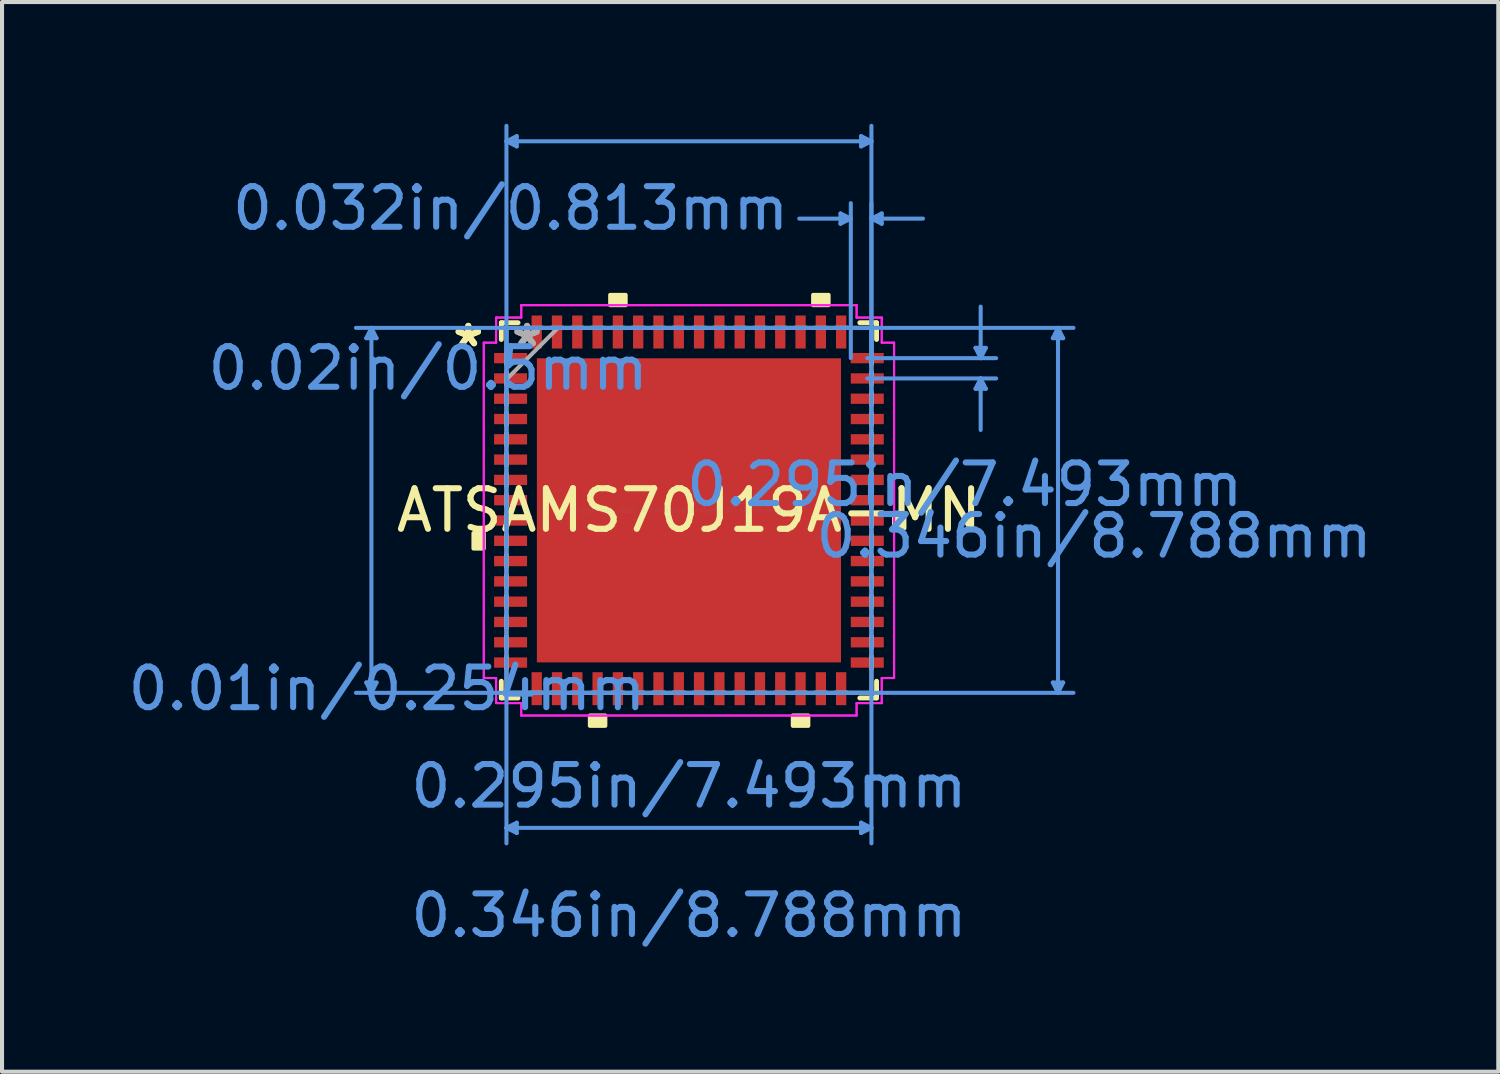
<source format=kicad_pcb>
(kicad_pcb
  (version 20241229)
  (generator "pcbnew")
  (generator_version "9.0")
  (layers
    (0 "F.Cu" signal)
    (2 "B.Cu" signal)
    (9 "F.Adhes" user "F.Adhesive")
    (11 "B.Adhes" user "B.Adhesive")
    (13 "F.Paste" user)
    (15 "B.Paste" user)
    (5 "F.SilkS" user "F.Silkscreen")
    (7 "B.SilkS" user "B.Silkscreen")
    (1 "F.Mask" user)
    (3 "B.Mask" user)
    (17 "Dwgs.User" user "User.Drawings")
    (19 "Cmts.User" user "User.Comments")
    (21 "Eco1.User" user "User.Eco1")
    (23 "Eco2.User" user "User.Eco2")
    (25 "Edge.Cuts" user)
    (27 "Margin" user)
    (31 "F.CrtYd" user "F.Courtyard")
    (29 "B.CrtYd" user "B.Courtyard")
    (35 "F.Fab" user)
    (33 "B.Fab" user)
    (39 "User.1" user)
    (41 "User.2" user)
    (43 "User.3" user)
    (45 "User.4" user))
  (footprint "ATSAMS70J19A-MN"
    (layer "F.Cu")
    (at 13.924 9.524)
    (property "Reference" "ATSAMS70J19A-MN" (at 0 0 0) (layer "F.SilkS") (effects (font (size 1 1) (thickness 0.15))))
    (attr through_hole)
    (fp_line (start -4.623 -4.623) (end -4.623 -4.21) (stroke (width 0.12) (type solid)) (layer "F.SilkS"))
    (fp_line (start -4.623 4.21) (end -4.623 4.623) (stroke (width 0.12) (type solid)) (layer "F.SilkS"))
    (fp_line (start -4.623 4.623) (end -4.21 4.623) (stroke (width 0.12) (type solid)) (layer "F.SilkS"))
    (fp_line (start -4.21 -4.623) (end -4.623 -4.623) (stroke (width 0.12) (type solid)) (layer "F.SilkS"))
    (fp_line (start 4.21 4.623) (end 4.623 4.623) (stroke (width 0.12) (type solid)) (layer "F.SilkS"))
    (fp_line (start 4.623 -4.623) (end 4.21 -4.623) (stroke (width 0.12) (type solid)) (layer "F.SilkS"))
    (fp_line (start 4.623 -4.21) (end 4.623 -4.623) (stroke (width 0.12) (type solid)) (layer "F.SilkS"))
    (fp_line (start 4.623 4.623) (end 4.623 4.21) (stroke (width 0.12) (type solid)) (layer "F.SilkS"))
    (fp_poly (pts (xy -5.309 0.56) (xy -5.309 0.941) (xy -5.055 0.941) (xy -5.055 0.56)) (stroke (width 0.1) (type solid)) (fill yes) (layer "F.SilkS"))
    (fp_poly (pts (xy -2.441 5.055) (xy -2.441 5.309) (xy -2.06 5.309) (xy -2.06 5.055)) (stroke (width 0.1) (type solid)) (fill yes) (layer "F.SilkS"))
    (fp_poly (pts (xy -1.94 -5.055) (xy -1.94 -5.309) (xy -1.559 -5.309) (xy -1.559 -5.055)) (stroke (width 0.1) (type solid)) (fill yes) (layer "F.SilkS"))
    (fp_poly (pts (xy 2.559 5.055) (xy 2.559 5.309) (xy 2.941 5.309) (xy 2.941 5.055)) (stroke (width 0.1) (type solid)) (fill yes) (layer "F.SilkS"))
    (fp_poly (pts (xy 3.06 -5.055) (xy 3.06 -5.309) (xy 3.441 -5.309) (xy 3.441 -5.055)) (stroke (width 0.1) (type solid)) (fill yes) (layer "F.SilkS"))
    (fp_poly (pts (xy 5.309 0.059) (xy 5.309 0.441) (xy 5.055 0.441) (xy 5.055 0.059)) (stroke (width 0.1) (type solid)) (fill yes) (layer "F.SilkS"))
    (fp_poly (pts (xy -3.647 -3.647) (xy -3.647 -2.348) (xy -2.348 -2.348) (xy -2.348 -3.647)) (stroke (width 0.1) (type solid)) (fill yes) (layer "F.Paste"))
    (fp_poly (pts (xy -3.647 -2.148) (xy -3.647 -0.849) (xy -2.348 -0.849) (xy -2.348 -2.148)) (stroke (width 0.1) (type solid)) (fill yes) (layer "F.Paste"))
    (fp_poly (pts (xy -3.647 -0.649) (xy -3.647 0.649) (xy -2.348 0.649) (xy -2.348 -0.649)) (stroke (width 0.1) (type solid)) (fill yes) (layer "F.Paste"))
    (fp_poly (pts (xy -3.647 0.849) (xy -3.647 2.148) (xy -2.348 2.148) (xy -2.348 0.849)) (stroke (width 0.1) (type solid)) (fill yes) (layer "F.Paste"))
    (fp_poly (pts (xy -3.647 2.348) (xy -3.647 3.647) (xy -2.348 3.647) (xy -2.348 2.348)) (stroke (width 0.1) (type solid)) (fill yes) (layer "F.Paste"))
    (fp_poly (pts (xy -2.148 -3.647) (xy -2.148 -2.348) (xy -0.849 -2.348) (xy -0.849 -3.647)) (stroke (width 0.1) (type solid)) (fill yes) (layer "F.Paste"))
    (fp_poly (pts (xy -2.148 -2.148) (xy -2.148 -0.849) (xy -0.849 -0.849) (xy -0.849 -2.148)) (stroke (width 0.1) (type solid)) (fill yes) (layer "F.Paste"))
    (fp_poly (pts (xy -2.148 -0.649) (xy -2.148 0.649) (xy -0.849 0.649) (xy -0.849 -0.649)) (stroke (width 0.1) (type solid)) (fill yes) (layer "F.Paste"))
    (fp_poly (pts (xy -2.148 0.849) (xy -2.148 2.148) (xy -0.849 2.148) (xy -0.849 0.849)) (stroke (width 0.1) (type solid)) (fill yes) (layer "F.Paste"))
    (fp_poly (pts (xy -2.148 2.348) (xy -2.148 3.647) (xy -0.849 3.647) (xy -0.849 2.348)) (stroke (width 0.1) (type solid)) (fill yes) (layer "F.Paste"))
    (fp_poly (pts (xy -0.649 -3.647) (xy -0.649 -2.348) (xy 0.649 -2.348) (xy 0.649 -3.647)) (stroke (width 0.1) (type solid)) (fill yes) (layer "F.Paste"))
    (fp_poly (pts (xy -0.649 -2.148) (xy -0.649 -0.849) (xy 0.649 -0.849) (xy 0.649 -2.148)) (stroke (width 0.1) (type solid)) (fill yes) (layer "F.Paste"))
    (fp_poly (pts (xy -0.649 -0.649) (xy -0.649 0.649) (xy 0.649 0.649) (xy 0.649 -0.649)) (stroke (width 0.1) (type solid)) (fill yes) (layer "F.Paste"))
    (fp_poly (pts (xy -0.649 0.849) (xy -0.649 2.148) (xy 0.649 2.148) (xy 0.649 0.849)) (stroke (width 0.1) (type solid)) (fill yes) (layer "F.Paste"))
    (fp_poly (pts (xy -0.649 2.348) (xy -0.649 3.647) (xy 0.649 3.647) (xy 0.649 2.348)) (stroke (width 0.1) (type solid)) (fill yes) (layer "F.Paste"))
    (fp_poly (pts (xy 0.849 -3.647) (xy 0.849 -2.348) (xy 2.148 -2.348) (xy 2.148 -3.647)) (stroke (width 0.1) (type solid)) (fill yes) (layer "F.Paste"))
    (fp_poly (pts (xy 0.849 -2.148) (xy 0.849 -0.849) (xy 2.148 -0.849) (xy 2.148 -2.148)) (stroke (width 0.1) (type solid)) (fill yes) (layer "F.Paste"))
    (fp_poly (pts (xy 0.849 -0.649) (xy 0.849 0.649) (xy 2.148 0.649) (xy 2.148 -0.649)) (stroke (width 0.1) (type solid)) (fill yes) (layer "F.Paste"))
    (fp_poly (pts (xy 0.849 0.849) (xy 0.849 2.148) (xy 2.148 2.148) (xy 2.148 0.849)) (stroke (width 0.1) (type solid)) (fill yes) (layer "F.Paste"))
    (fp_poly (pts (xy 0.849 2.348) (xy 0.849 3.647) (xy 2.148 3.647) (xy 2.148 2.348)) (stroke (width 0.1) (type solid)) (fill yes) (layer "F.Paste"))
    (fp_poly (pts (xy 2.348 -3.647) (xy 2.348 -2.348) (xy 3.647 -2.348) (xy 3.647 -3.647)) (stroke (width 0.1) (type solid)) (fill yes) (layer "F.Paste"))
    (fp_poly (pts (xy 2.348 -2.148) (xy 2.348 -0.849) (xy 3.647 -0.849) (xy 3.647 -2.148)) (stroke (width 0.1) (type solid)) (fill yes) (layer "F.Paste"))
    (fp_poly (pts (xy 2.348 -0.649) (xy 2.348 0.649) (xy 3.647 0.649) (xy 3.647 -0.649)) (stroke (width 0.1) (type solid)) (fill yes) (layer "F.Paste"))
    (fp_poly (pts (xy 2.348 0.849) (xy 2.348 2.148) (xy 3.647 2.148) (xy 3.647 0.849)) (stroke (width 0.1) (type solid)) (fill yes) (layer "F.Paste"))
    (fp_poly (pts (xy 2.348 2.348) (xy 2.348 3.647) (xy 3.647 3.647) (xy 3.647 2.348)) (stroke (width 0.1) (type solid)) (fill yes) (layer "F.Paste"))
    (fp_line (start -7.95 -4.242) (end -7.696 -4.242) (stroke (width 0.1) (type solid)) (layer "Cmts.User"))
    (fp_line (start -7.95 4.242) (end -7.696 4.242) (stroke (width 0.1) (type solid)) (layer "Cmts.User"))
    (fp_line (start -7.823 -4.496) (end -7.95 -4.242) (stroke (width 0.1) (type solid)) (layer "Cmts.User"))
    (fp_line (start -7.823 -4.496) (end -7.823 4.496) (stroke (width 0.1) (type solid)) (layer "Cmts.User"))
    (fp_line (start -7.823 -4.496) (end -7.696 -4.242) (stroke (width 0.1) (type solid)) (layer "Cmts.User"))
    (fp_line (start -7.823 4.496) (end -7.95 4.242) (stroke (width 0.1) (type solid)) (layer "Cmts.User"))
    (fp_line (start -7.823 4.496) (end -7.696 4.242) (stroke (width 0.1) (type solid)) (layer "Cmts.User"))
    (fp_line (start -4.496 -9.093) (end -4.242 -9.22) (stroke (width 0.1) (type solid)) (layer "Cmts.User"))
    (fp_line (start -4.496 -9.093) (end -4.242 -8.966) (stroke (width 0.1) (type solid)) (layer "Cmts.User"))
    (fp_line (start -4.496 -9.093) (end 4.496 -9.093) (stroke (width 0.1) (type solid)) (layer "Cmts.User"))
    (fp_line (start -4.496 -4.496) (end -4.496 8.204) (stroke (width 0.1) (type solid)) (layer "Cmts.User"))
    (fp_line (start -4.496 -3.75) (end -4.496 -9.474) (stroke (width 0.1) (type solid)) (layer "Cmts.User"))
    (fp_line (start -4.496 7.823) (end -4.242 7.696) (stroke (width 0.1) (type solid)) (layer "Cmts.User"))
    (fp_line (start -4.496 7.823) (end -4.242 7.95) (stroke (width 0.1) (type solid)) (layer "Cmts.User"))
    (fp_line (start -4.496 7.823) (end 4.496 7.823) (stroke (width 0.1) (type solid)) (layer "Cmts.User"))
    (fp_line (start -4.242 -9.22) (end -4.242 -8.966) (stroke (width 0.1) (type solid)) (layer "Cmts.User"))
    (fp_line (start -4.242 7.696) (end -4.242 7.95) (stroke (width 0.1) (type solid)) (layer "Cmts.User"))
    (fp_line (start 3.734 -7.315) (end 3.734 -7.061) (stroke (width 0.1) (type solid)) (layer "Cmts.User"))
    (fp_line (start 3.75 -4.496) (end 9.474 -4.496) (stroke (width 0.1) (type solid)) (layer "Cmts.User"))
    (fp_line (start 3.75 4.496) (end 9.474 4.496) (stroke (width 0.1) (type solid)) (layer "Cmts.User"))
    (fp_line (start 3.988 -7.188) (end 2.718 -7.188) (stroke (width 0.1) (type solid)) (layer "Cmts.User"))
    (fp_line (start 3.988 -7.188) (end 3.734 -7.315) (stroke (width 0.1) (type solid)) (layer "Cmts.User"))
    (fp_line (start 3.988 -7.188) (end 3.734 -7.061) (stroke (width 0.1) (type solid)) (layer "Cmts.User"))
    (fp_line (start 3.988 -3.75) (end 3.988 -7.569) (stroke (width 0.1) (type solid)) (layer "Cmts.User"))
    (fp_line (start 4.242 -9.22) (end 4.242 -8.966) (stroke (width 0.1) (type solid)) (layer "Cmts.User"))
    (fp_line (start 4.242 7.696) (end 4.242 7.95) (stroke (width 0.1) (type solid)) (layer "Cmts.User"))
    (fp_line (start 4.394 -3.75) (end 7.569 -3.75) (stroke (width 0.1) (type solid)) (layer "Cmts.User"))
    (fp_line (start 4.394 -3.25) (end 7.569 -3.25) (stroke (width 0.1) (type solid)) (layer "Cmts.User"))
    (fp_line (start 4.496 -9.093) (end 4.242 -9.22) (stroke (width 0.1) (type solid)) (layer "Cmts.User"))
    (fp_line (start 4.496 -9.093) (end 4.242 -8.966) (stroke (width 0.1) (type solid)) (layer "Cmts.User"))
    (fp_line (start 4.496 -7.188) (end 4.75 -7.315) (stroke (width 0.1) (type solid)) (layer "Cmts.User"))
    (fp_line (start 4.496 -7.188) (end 4.75 -7.061) (stroke (width 0.1) (type solid)) (layer "Cmts.User"))
    (fp_line (start 4.496 -7.188) (end 5.766 -7.188) (stroke (width 0.1) (type solid)) (layer "Cmts.User"))
    (fp_line (start 4.496 -4.496) (end -8.204 -4.496) (stroke (width 0.1) (type solid)) (layer "Cmts.User"))
    (fp_line (start 4.496 -4.496) (end 4.496 8.204) (stroke (width 0.1) (type solid)) (layer "Cmts.User"))
    (fp_line (start 4.496 -3.75) (end 4.496 -9.474) (stroke (width 0.1) (type solid)) (layer "Cmts.User"))
    (fp_line (start 4.496 -3.75) (end 4.496 -7.569) (stroke (width 0.1) (type solid)) (layer "Cmts.User"))
    (fp_line (start 4.496 4.496) (end -8.204 4.496) (stroke (width 0.1) (type solid)) (layer "Cmts.User"))
    (fp_line (start 4.496 7.823) (end 4.242 7.696) (stroke (width 0.1) (type solid)) (layer "Cmts.User"))
    (fp_line (start 4.496 7.823) (end 4.242 7.95) (stroke (width 0.1) (type solid)) (layer "Cmts.User"))
    (fp_line (start 4.75 -7.315) (end 4.75 -7.061) (stroke (width 0.1) (type solid)) (layer "Cmts.User"))
    (fp_line (start 7.061 -4.004) (end 7.315 -4.004) (stroke (width 0.1) (type solid)) (layer "Cmts.User"))
    (fp_line (start 7.061 -2.996) (end 7.315 -2.996) (stroke (width 0.1) (type solid)) (layer "Cmts.User"))
    (fp_line (start 7.188 -3.75) (end 7.061 -4.004) (stroke (width 0.1) (type solid)) (layer "Cmts.User"))
    (fp_line (start 7.188 -3.75) (end 7.188 -5.02) (stroke (width 0.1) (type solid)) (layer "Cmts.User"))
    (fp_line (start 7.188 -3.75) (end 7.315 -4.004) (stroke (width 0.1) (type solid)) (layer "Cmts.User"))
    (fp_line (start 7.188 -3.25) (end 7.061 -2.996) (stroke (width 0.1) (type solid)) (layer "Cmts.User"))
    (fp_line (start 7.188 -3.25) (end 7.188 -1.98) (stroke (width 0.1) (type solid)) (layer "Cmts.User"))
    (fp_line (start 7.188 -3.25) (end 7.315 -2.996) (stroke (width 0.1) (type solid)) (layer "Cmts.User"))
    (fp_line (start 8.966 -4.242) (end 9.22 -4.242) (stroke (width 0.1) (type solid)) (layer "Cmts.User"))
    (fp_line (start 8.966 4.242) (end 9.22 4.242) (stroke (width 0.1) (type solid)) (layer "Cmts.User"))
    (fp_line (start 9.093 -4.496) (end 8.966 -4.242) (stroke (width 0.1) (type solid)) (layer "Cmts.User"))
    (fp_line (start 9.093 -4.496) (end 9.093 4.496) (stroke (width 0.1) (type solid)) (layer "Cmts.User"))
    (fp_line (start 9.093 -4.496) (end 9.22 -4.242) (stroke (width 0.1) (type solid)) (layer "Cmts.User"))
    (fp_line (start 9.093 4.496) (end 8.966 4.242) (stroke (width 0.1) (type solid)) (layer "Cmts.User"))
    (fp_line (start 9.093 4.496) (end 9.22 4.242) (stroke (width 0.1) (type solid)) (layer "Cmts.User"))
    (fp_line (start -5.055 -4.131) (end -4.75 -4.131) (stroke (width 0.05) (type solid)) (layer "F.CrtYd"))
    (fp_line (start -5.055 -4.131) (end -4.75 -4.131) (stroke (width 0.05) (type solid)) (layer "F.CrtYd"))
    (fp_line (start -5.055 4.131) (end -5.055 -4.131) (stroke (width 0.05) (type solid)) (layer "F.CrtYd"))
    (fp_line (start -5.055 4.131) (end -5.055 -4.131) (stroke (width 0.05) (type solid)) (layer "F.CrtYd"))
    (fp_line (start -4.75 -4.75) (end -4.131 -4.75) (stroke (width 0.05) (type solid)) (layer "F.CrtYd"))
    (fp_line (start -4.75 -4.75) (end -4.131 -4.75) (stroke (width 0.05) (type solid)) (layer "F.CrtYd"))
    (fp_line (start -4.75 -4.131) (end -4.75 -4.75) (stroke (width 0.05) (type solid)) (layer "F.CrtYd"))
    (fp_line (start -4.75 -4.131) (end -4.75 -4.75) (stroke (width 0.05) (type solid)) (layer "F.CrtYd"))
    (fp_line (start -4.75 4.131) (end -5.055 4.131) (stroke (width 0.05) (type solid)) (layer "F.CrtYd"))
    (fp_line (start -4.75 4.131) (end -5.055 4.131) (stroke (width 0.05) (type solid)) (layer "F.CrtYd"))
    (fp_line (start -4.75 4.75) (end -4.75 4.131) (stroke (width 0.05) (type solid)) (layer "F.CrtYd"))
    (fp_line (start -4.75 4.75) (end -4.75 4.131) (stroke (width 0.05) (type solid)) (layer "F.CrtYd"))
    (fp_line (start -4.131 -5.055) (end 4.131 -5.055) (stroke (width 0.05) (type solid)) (layer "F.CrtYd"))
    (fp_line (start -4.131 -5.055) (end 4.131 -5.055) (stroke (width 0.05) (type solid)) (layer "F.CrtYd"))
    (fp_line (start -4.131 -4.75) (end -4.131 -5.055) (stroke (width 0.05) (type solid)) (layer "F.CrtYd"))
    (fp_line (start -4.131 -4.75) (end -4.131 -5.055) (stroke (width 0.05) (type solid)) (layer "F.CrtYd"))
    (fp_line (start -4.131 4.75) (end -4.75 4.75) (stroke (width 0.05) (type solid)) (layer "F.CrtYd"))
    (fp_line (start -4.131 4.75) (end -4.75 4.75) (stroke (width 0.05) (type solid)) (layer "F.CrtYd"))
    (fp_line (start -4.131 5.055) (end -4.131 4.75) (stroke (width 0.05) (type solid)) (layer "F.CrtYd"))
    (fp_line (start -4.131 5.055) (end -4.131 4.75) (stroke (width 0.05) (type solid)) (layer "F.CrtYd"))
    (fp_line (start 4.131 -5.055) (end 4.131 -4.75) (stroke (width 0.05) (type solid)) (layer "F.CrtYd"))
    (fp_line (start 4.131 -5.055) (end 4.131 -4.75) (stroke (width 0.05) (type solid)) (layer "F.CrtYd"))
    (fp_line (start 4.131 -4.75) (end 4.75 -4.75) (stroke (width 0.05) (type solid)) (layer "F.CrtYd"))
    (fp_line (start 4.131 -4.75) (end 4.75 -4.75) (stroke (width 0.05) (type solid)) (layer "F.CrtYd"))
    (fp_line (start 4.131 4.75) (end 4.131 5.055) (stroke (width 0.05) (type solid)) (layer "F.CrtYd"))
    (fp_line (start 4.131 4.75) (end 4.131 5.055) (stroke (width 0.05) (type solid)) (layer "F.CrtYd"))
    (fp_line (start 4.131 5.055) (end -4.131 5.055) (stroke (width 0.05) (type solid)) (layer "F.CrtYd"))
    (fp_line (start 4.131 5.055) (end -4.131 5.055) (stroke (width 0.05) (type solid)) (layer "F.CrtYd"))
    (fp_line (start 4.75 -4.75) (end 4.75 -4.131) (stroke (width 0.05) (type solid)) (layer "F.CrtYd"))
    (fp_line (start 4.75 -4.75) (end 4.75 -4.131) (stroke (width 0.05) (type solid)) (layer "F.CrtYd"))
    (fp_line (start 4.75 -4.131) (end 5.055 -4.131) (stroke (width 0.05) (type solid)) (layer "F.CrtYd"))
    (fp_line (start 4.75 -4.131) (end 5.055 -4.131) (stroke (width 0.05) (type solid)) (layer "F.CrtYd"))
    (fp_line (start 4.75 4.131) (end 4.75 4.75) (stroke (width 0.05) (type solid)) (layer "F.CrtYd"))
    (fp_line (start 4.75 4.131) (end 4.75 4.75) (stroke (width 0.05) (type solid)) (layer "F.CrtYd"))
    (fp_line (start 4.75 4.75) (end 4.131 4.75) (stroke (width 0.05) (type solid)) (layer "F.CrtYd"))
    (fp_line (start 4.75 4.75) (end 4.131 4.75) (stroke (width 0.05) (type solid)) (layer "F.CrtYd"))
    (fp_line (start 5.055 -4.131) (end 5.055 4.131) (stroke (width 0.05) (type solid)) (layer "F.CrtYd"))
    (fp_line (start 5.055 -4.131) (end 5.055 4.131) (stroke (width 0.05) (type solid)) (layer "F.CrtYd"))
    (fp_line (start 5.055 4.131) (end 4.75 4.131) (stroke (width 0.05) (type solid)) (layer "F.CrtYd"))
    (fp_line (start 5.055 4.131) (end 4.75 4.131) (stroke (width 0.05) (type solid)) (layer "F.CrtYd"))
    (fp_line (start -4.496 -4.496) (end -4.496 -4.496) (stroke (width 0.1) (type solid)) (layer "F.Fab"))
    (fp_line (start -4.496 -4.496) (end -4.496 4.496) (stroke (width 0.1) (type solid)) (layer "F.Fab"))
    (fp_line (start -4.496 -3.902) (end -4.496 -3.902) (stroke (width 0.1) (type solid)) (layer "F.Fab"))
    (fp_line (start -4.496 -3.902) (end -4.496 -3.598) (stroke (width 0.1) (type solid)) (layer "F.Fab"))
    (fp_line (start -4.496 -3.598) (end -4.496 -3.902) (stroke (width 0.1) (type solid)) (layer "F.Fab"))
    (fp_line (start -4.496 -3.598) (end -4.496 -3.598) (stroke (width 0.1) (type solid)) (layer "F.Fab"))
    (fp_line (start -4.496 -3.402) (end -4.496 -3.402) (stroke (width 0.1) (type solid)) (layer "F.Fab"))
    (fp_line (start -4.496 -3.402) (end -4.496 -3.098) (stroke (width 0.1) (type solid)) (layer "F.Fab"))
    (fp_line (start -4.496 -3.226) (end -3.226 -4.496) (stroke (width 0.1) (type solid)) (layer "F.Fab"))
    (fp_line (start -4.496 -3.098) (end -4.496 -3.402) (stroke (width 0.1) (type solid)) (layer "F.Fab"))
    (fp_line (start -4.496 -3.098) (end -4.496 -3.098) (stroke (width 0.1) (type solid)) (layer "F.Fab"))
    (fp_line (start -4.496 -2.902) (end -4.496 -2.902) (stroke (width 0.1) (type solid)) (layer "F.Fab"))
    (fp_line (start -4.496 -2.902) (end -4.496 -2.598) (stroke (width 0.1) (type solid)) (layer "F.Fab"))
    (fp_line (start -4.496 -2.598) (end -4.496 -2.902) (stroke (width 0.1) (type solid)) (layer "F.Fab"))
    (fp_line (start -4.496 -2.598) (end -4.496 -2.598) (stroke (width 0.1) (type solid)) (layer "F.Fab"))
    (fp_line (start -4.496 -2.402) (end -4.496 -2.402) (stroke (width 0.1) (type solid)) (layer "F.Fab"))
    (fp_line (start -4.496 -2.402) (end -4.496 -2.098) (stroke (width 0.1) (type solid)) (layer "F.Fab"))
    (fp_line (start -4.496 -2.098) (end -4.496 -2.402) (stroke (width 0.1) (type solid)) (layer "F.Fab"))
    (fp_line (start -4.496 -2.098) (end -4.496 -2.098) (stroke (width 0.1) (type solid)) (layer "F.Fab"))
    (fp_line (start -4.496 -1.902) (end -4.496 -1.902) (stroke (width 0.1) (type solid)) (layer "F.Fab"))
    (fp_line (start -4.496 -1.902) (end -4.496 -1.598) (stroke (width 0.1) (type solid)) (layer "F.Fab"))
    (fp_line (start -4.496 -1.598) (end -4.496 -1.902) (stroke (width 0.1) (type solid)) (layer "F.Fab"))
    (fp_line (start -4.496 -1.598) (end -4.496 -1.598) (stroke (width 0.1) (type solid)) (layer "F.Fab"))
    (fp_line (start -4.496 -1.402) (end -4.496 -1.402) (stroke (width 0.1) (type solid)) (layer "F.Fab"))
    (fp_line (start -4.496 -1.402) (end -4.496 -1.098) (stroke (width 0.1) (type solid)) (layer "F.Fab"))
    (fp_line (start -4.496 -1.098) (end -4.496 -1.402) (stroke (width 0.1) (type solid)) (layer "F.Fab"))
    (fp_line (start -4.496 -1.098) (end -4.496 -1.098) (stroke (width 0.1) (type solid)) (layer "F.Fab"))
    (fp_line (start -4.496 -0.902) (end -4.496 -0.902) (stroke (width 0.1) (type solid)) (layer "F.Fab"))
    (fp_line (start -4.496 -0.902) (end -4.496 -0.598) (stroke (width 0.1) (type solid)) (layer "F.Fab"))
    (fp_line (start -4.496 -0.598) (end -4.496 -0.902) (stroke (width 0.1) (type solid)) (layer "F.Fab"))
    (fp_line (start -4.496 -0.598) (end -4.496 -0.598) (stroke (width 0.1) (type solid)) (layer "F.Fab"))
    (fp_line (start -4.496 -0.402) (end -4.496 -0.402) (stroke (width 0.1) (type solid)) (layer "F.Fab"))
    (fp_line (start -4.496 -0.402) (end -4.496 -0.098) (stroke (width 0.1) (type solid)) (layer "F.Fab"))
    (fp_line (start -4.496 -0.098) (end -4.496 -0.402) (stroke (width 0.1) (type solid)) (layer "F.Fab"))
    (fp_line (start -4.496 -0.098) (end -4.496 -0.098) (stroke (width 0.1) (type solid)) (layer "F.Fab"))
    (fp_line (start -4.496 0.098) (end -4.496 0.098) (stroke (width 0.1) (type solid)) (layer "F.Fab"))
    (fp_line (start -4.496 0.098) (end -4.496 0.402) (stroke (width 0.1) (type solid)) (layer "F.Fab"))
    (fp_line (start -4.496 0.402) (end -4.496 0.098) (stroke (width 0.1) (type solid)) (layer "F.Fab"))
    (fp_line (start -4.496 0.402) (end -4.496 0.402) (stroke (width 0.1) (type solid)) (layer "F.Fab"))
    (fp_line (start -4.496 0.598) (end -4.496 0.598) (stroke (width 0.1) (type solid)) (layer "F.Fab"))
    (fp_line (start -4.496 0.598) (end -4.496 0.902) (stroke (width 0.1) (type solid)) (layer "F.Fab"))
    (fp_line (start -4.496 0.902) (end -4.496 0.598) (stroke (width 0.1) (type solid)) (layer "F.Fab"))
    (fp_line (start -4.496 0.902) (end -4.496 0.902) (stroke (width 0.1) (type solid)) (layer "F.Fab"))
    (fp_line (start -4.496 1.098) (end -4.496 1.098) (stroke (width 0.1) (type solid)) (layer "F.Fab"))
    (fp_line (start -4.496 1.098) (end -4.496 1.402) (stroke (width 0.1) (type solid)) (layer "F.Fab"))
    (fp_line (start -4.496 1.402) (end -4.496 1.098) (stroke (width 0.1) (type solid)) (layer "F.Fab"))
    (fp_line (start -4.496 1.402) (end -4.496 1.402) (stroke (width 0.1) (type solid)) (layer "F.Fab"))
    (fp_line (start -4.496 1.598) (end -4.496 1.598) (stroke (width 0.1) (type solid)) (layer "F.Fab"))
    (fp_line (start -4.496 1.598) (end -4.496 1.902) (stroke (width 0.1) (type solid)) (layer "F.Fab"))
    (fp_line (start -4.496 1.902) (end -4.496 1.598) (stroke (width 0.1) (type solid)) (layer "F.Fab"))
    (fp_line (start -4.496 1.902) (end -4.496 1.902) (stroke (width 0.1) (type solid)) (layer "F.Fab"))
    (fp_line (start -4.496 2.098) (end -4.496 2.098) (stroke (width 0.1) (type solid)) (layer "F.Fab"))
    (fp_line (start -4.496 2.098) (end -4.496 2.402) (stroke (width 0.1) (type solid)) (layer "F.Fab"))
    (fp_line (start -4.496 2.402) (end -4.496 2.098) (stroke (width 0.1) (type solid)) (layer "F.Fab"))
    (fp_line (start -4.496 2.402) (end -4.496 2.402) (stroke (width 0.1) (type solid)) (layer "F.Fab"))
    (fp_line (start -4.496 2.598) (end -4.496 2.598) (stroke (width 0.1) (type solid)) (layer "F.Fab"))
    (fp_line (start -4.496 2.598) (end -4.496 2.902) (stroke (width 0.1) (type solid)) (layer "F.Fab"))
    (fp_line (start -4.496 2.902) (end -4.496 2.598) (stroke (width 0.1) (type solid)) (layer "F.Fab"))
    (fp_line (start -4.496 2.902) (end -4.496 2.902) (stroke (width 0.1) (type solid)) (layer "F.Fab"))
    (fp_line (start -4.496 3.098) (end -4.496 3.098) (stroke (width 0.1) (type solid)) (layer "F.Fab"))
    (fp_line (start -4.496 3.098) (end -4.496 3.402) (stroke (width 0.1) (type solid)) (layer "F.Fab"))
    (fp_line (start -4.496 3.402) (end -4.496 3.098) (stroke (width 0.1) (type solid)) (layer "F.Fab"))
    (fp_line (start -4.496 3.402) (end -4.496 3.402) (stroke (width 0.1) (type solid)) (layer "F.Fab"))
    (fp_line (start -4.496 3.598) (end -4.496 3.598) (stroke (width 0.1) (type solid)) (layer "F.Fab"))
    (fp_line (start -4.496 3.598) (end -4.496 3.902) (stroke (width 0.1) (type solid)) (layer "F.Fab"))
    (fp_line (start -4.496 3.902) (end -4.496 3.598) (stroke (width 0.1) (type solid)) (layer "F.Fab"))
    (fp_line (start -4.496 3.902) (end -4.496 3.902) (stroke (width 0.1) (type solid)) (layer "F.Fab"))
    (fp_line (start -4.496 4.496) (end -4.496 4.496) (stroke (width 0.1) (type solid)) (layer "F.Fab"))
    (fp_line (start -4.496 4.496) (end 4.496 4.496) (stroke (width 0.1) (type solid)) (layer "F.Fab"))
    (fp_line (start -3.902 -4.496) (end -3.902 -4.496) (stroke (width 0.1) (type solid)) (layer "F.Fab"))
    (fp_line (start -3.902 -4.496) (end -3.598 -4.496) (stroke (width 0.1) (type solid)) (layer "F.Fab"))
    (fp_line (start -3.902 4.496) (end -3.902 4.496) (stroke (width 0.1) (type solid)) (layer "F.Fab"))
    (fp_line (start -3.902 4.496) (end -3.598 4.496) (stroke (width 0.1) (type solid)) (layer "F.Fab"))
    (fp_line (start -3.598 -4.496) (end -3.902 -4.496) (stroke (width 0.1) (type solid)) (layer "F.Fab"))
    (fp_line (start -3.598 -4.496) (end -3.598 -4.496) (stroke (width 0.1) (type solid)) (layer "F.Fab"))
    (fp_line (start -3.598 4.496) (end -3.902 4.496) (stroke (width 0.1) (type solid)) (layer "F.Fab"))
    (fp_line (start -3.598 4.496) (end -3.598 4.496) (stroke (width 0.1) (type solid)) (layer "F.Fab"))
    (fp_line (start -3.402 -4.496) (end -3.402 -4.496) (stroke (width 0.1) (type solid)) (layer "F.Fab"))
    (fp_line (start -3.402 -4.496) (end -3.098 -4.496) (stroke (width 0.1) (type solid)) (layer "F.Fab"))
    (fp_line (start -3.402 4.496) (end -3.402 4.496) (stroke (width 0.1) (type solid)) (layer "F.Fab"))
    (fp_line (start -3.402 4.496) (end -3.098 4.496) (stroke (width 0.1) (type solid)) (layer "F.Fab"))
    (fp_line (start -3.098 -4.496) (end -3.402 -4.496) (stroke (width 0.1) (type solid)) (layer "F.Fab"))
    (fp_line (start -3.098 -4.496) (end -3.098 -4.496) (stroke (width 0.1) (type solid)) (layer "F.Fab"))
    (fp_line (start -3.098 4.496) (end -3.402 4.496) (stroke (width 0.1) (type solid)) (layer "F.Fab"))
    (fp_line (start -3.098 4.496) (end -3.098 4.496) (stroke (width 0.1) (type solid)) (layer "F.Fab"))
    (fp_line (start -2.902 -4.496) (end -2.902 -4.496) (stroke (width 0.1) (type solid)) (layer "F.Fab"))
    (fp_line (start -2.902 -4.496) (end -2.598 -4.496) (stroke (width 0.1) (type solid)) (layer "F.Fab"))
    (fp_line (start -2.902 4.496) (end -2.902 4.496) (stroke (width 0.1) (type solid)) (layer "F.Fab"))
    (fp_line (start -2.902 4.496) (end -2.598 4.496) (stroke (width 0.1) (type solid)) (layer "F.Fab"))
    (fp_line (start -2.598 -4.496) (end -2.902 -4.496) (stroke (width 0.1) (type solid)) (layer "F.Fab"))
    (fp_line (start -2.598 -4.496) (end -2.598 -4.496) (stroke (width 0.1) (type solid)) (layer "F.Fab"))
    (fp_line (start -2.598 4.496) (end -2.902 4.496) (stroke (width 0.1) (type solid)) (layer "F.Fab"))
    (fp_line (start -2.598 4.496) (end -2.598 4.496) (stroke (width 0.1) (type solid)) (layer "F.Fab"))
    (fp_line (start -2.402 -4.496) (end -2.402 -4.496) (stroke (width 0.1) (type solid)) (layer "F.Fab"))
    (fp_line (start -2.402 -4.496) (end -2.098 -4.496) (stroke (width 0.1) (type solid)) (layer "F.Fab"))
    (fp_line (start -2.402 4.496) (end -2.402 4.496) (stroke (width 0.1) (type solid)) (layer "F.Fab"))
    (fp_line (start -2.402 4.496) (end -2.098 4.496) (stroke (width 0.1) (type solid)) (layer "F.Fab"))
    (fp_line (start -2.098 -4.496) (end -2.402 -4.496) (stroke (width 0.1) (type solid)) (layer "F.Fab"))
    (fp_line (start -2.098 -4.496) (end -2.098 -4.496) (stroke (width 0.1) (type solid)) (layer "F.Fab"))
    (fp_line (start -2.098 4.496) (end -2.402 4.496) (stroke (width 0.1) (type solid)) (layer "F.Fab"))
    (fp_line (start -2.098 4.496) (end -2.098 4.496) (stroke (width 0.1) (type solid)) (layer "F.Fab"))
    (fp_line (start -1.902 -4.496) (end -1.902 -4.496) (stroke (width 0.1) (type solid)) (layer "F.Fab"))
    (fp_line (start -1.902 -4.496) (end -1.598 -4.496) (stroke (width 0.1) (type solid)) (layer "F.Fab"))
    (fp_line (start -1.902 4.496) (end -1.902 4.496) (stroke (width 0.1) (type solid)) (layer "F.Fab"))
    (fp_line (start -1.902 4.496) (end -1.598 4.496) (stroke (width 0.1) (type solid)) (layer "F.Fab"))
    (fp_line (start -1.598 -4.496) (end -1.902 -4.496) (stroke (width 0.1) (type solid)) (layer "F.Fab"))
    (fp_line (start -1.598 -4.496) (end -1.598 -4.496) (stroke (width 0.1) (type solid)) (layer "F.Fab"))
    (fp_line (start -1.598 4.496) (end -1.902 4.496) (stroke (width 0.1) (type solid)) (layer "F.Fab"))
    (fp_line (start -1.598 4.496) (end -1.598 4.496) (stroke (width 0.1) (type solid)) (layer "F.Fab"))
    (fp_line (start -1.402 -4.496) (end -1.402 -4.496) (stroke (width 0.1) (type solid)) (layer "F.Fab"))
    (fp_line (start -1.402 -4.496) (end -1.098 -4.496) (stroke (width 0.1) (type solid)) (layer "F.Fab"))
    (fp_line (start -1.402 4.496) (end -1.402 4.496) (stroke (width 0.1) (type solid)) (layer "F.Fab"))
    (fp_line (start -1.402 4.496) (end -1.098 4.496) (stroke (width 0.1) (type solid)) (layer "F.Fab"))
    (fp_line (start -1.098 -4.496) (end -1.402 -4.496) (stroke (width 0.1) (type solid)) (layer "F.Fab"))
    (fp_line (start -1.098 -4.496) (end -1.098 -4.496) (stroke (width 0.1) (type solid)) (layer "F.Fab"))
    (fp_line (start -1.098 4.496) (end -1.402 4.496) (stroke (width 0.1) (type solid)) (layer "F.Fab"))
    (fp_line (start -1.098 4.496) (end -1.098 4.496) (stroke (width 0.1) (type solid)) (layer "F.Fab"))
    (fp_line (start -0.902 -4.496) (end -0.902 -4.496) (stroke (width 0.1) (type solid)) (layer "F.Fab"))
    (fp_line (start -0.902 -4.496) (end -0.598 -4.496) (stroke (width 0.1) (type solid)) (layer "F.Fab"))
    (fp_line (start -0.902 4.496) (end -0.902 4.496) (stroke (width 0.1) (type solid)) (layer "F.Fab"))
    (fp_line (start -0.902 4.496) (end -0.598 4.496) (stroke (width 0.1) (type solid)) (layer "F.Fab"))
    (fp_line (start -0.598 -4.496) (end -0.902 -4.496) (stroke (width 0.1) (type solid)) (layer "F.Fab"))
    (fp_line (start -0.598 -4.496) (end -0.598 -4.496) (stroke (width 0.1) (type solid)) (layer "F.Fab"))
    (fp_line (start -0.598 4.496) (end -0.902 4.496) (stroke (width 0.1) (type solid)) (layer "F.Fab"))
    (fp_line (start -0.598 4.496) (end -0.598 4.496) (stroke (width 0.1) (type solid)) (layer "F.Fab"))
    (fp_line (start -0.402 -4.496) (end -0.402 -4.496) (stroke (width 0.1) (type solid)) (layer "F.Fab"))
    (fp_line (start -0.402 -4.496) (end -0.098 -4.496) (stroke (width 0.1) (type solid)) (layer "F.Fab"))
    (fp_line (start -0.402 4.496) (end -0.402 4.496) (stroke (width 0.1) (type solid)) (layer "F.Fab"))
    (fp_line (start -0.402 4.496) (end -0.098 4.496) (stroke (width 0.1) (type solid)) (layer "F.Fab"))
    (fp_line (start -0.098 -4.496) (end -0.402 -4.496) (stroke (width 0.1) (type solid)) (layer "F.Fab"))
    (fp_line (start -0.098 -4.496) (end -0.098 -4.496) (stroke (width 0.1) (type solid)) (layer "F.Fab"))
    (fp_line (start -0.098 4.496) (end -0.402 4.496) (stroke (width 0.1) (type solid)) (layer "F.Fab"))
    (fp_line (start -0.098 4.496) (end -0.098 4.496) (stroke (width 0.1) (type solid)) (layer "F.Fab"))
    (fp_line (start 0.098 -4.496) (end 0.098 -4.496) (stroke (width 0.1) (type solid)) (layer "F.Fab"))
    (fp_line (start 0.098 -4.496) (end 0.402 -4.496) (stroke (width 0.1) (type solid)) (layer "F.Fab"))
    (fp_line (start 0.098 4.496) (end 0.098 4.496) (stroke (width 0.1) (type solid)) (layer "F.Fab"))
    (fp_line (start 0.098 4.496) (end 0.402 4.496) (stroke (width 0.1) (type solid)) (layer "F.Fab"))
    (fp_line (start 0.402 -4.496) (end 0.098 -4.496) (stroke (width 0.1) (type solid)) (layer "F.Fab"))
    (fp_line (start 0.402 -4.496) (end 0.402 -4.496) (stroke (width 0.1) (type solid)) (layer "F.Fab"))
    (fp_line (start 0.402 4.496) (end 0.098 4.496) (stroke (width 0.1) (type solid)) (layer "F.Fab"))
    (fp_line (start 0.402 4.496) (end 0.402 4.496) (stroke (width 0.1) (type solid)) (layer "F.Fab"))
    (fp_line (start 0.598 -4.496) (end 0.598 -4.496) (stroke (width 0.1) (type solid)) (layer "F.Fab"))
    (fp_line (start 0.598 -4.496) (end 0.902 -4.496) (stroke (width 0.1) (type solid)) (layer "F.Fab"))
    (fp_line (start 0.598 4.496) (end 0.598 4.496) (stroke (width 0.1) (type solid)) (layer "F.Fab"))
    (fp_line (start 0.598 4.496) (end 0.902 4.496) (stroke (width 0.1) (type solid)) (layer "F.Fab"))
    (fp_line (start 0.902 -4.496) (end 0.598 -4.496) (stroke (width 0.1) (type solid)) (layer "F.Fab"))
    (fp_line (start 0.902 -4.496) (end 0.902 -4.496) (stroke (width 0.1) (type solid)) (layer "F.Fab"))
    (fp_line (start 0.902 4.496) (end 0.598 4.496) (stroke (width 0.1) (type solid)) (layer "F.Fab"))
    (fp_line (start 0.902 4.496) (end 0.902 4.496) (stroke (width 0.1) (type solid)) (layer "F.Fab"))
    (fp_line (start 1.098 -4.496) (end 1.098 -4.496) (stroke (width 0.1) (type solid)) (layer "F.Fab"))
    (fp_line (start 1.098 -4.496) (end 1.402 -4.496) (stroke (width 0.1) (type solid)) (layer "F.Fab"))
    (fp_line (start 1.098 4.496) (end 1.098 4.496) (stroke (width 0.1) (type solid)) (layer "F.Fab"))
    (fp_line (start 1.098 4.496) (end 1.402 4.496) (stroke (width 0.1) (type solid)) (layer "F.Fab"))
    (fp_line (start 1.402 -4.496) (end 1.098 -4.496) (stroke (width 0.1) (type solid)) (layer "F.Fab"))
    (fp_line (start 1.402 -4.496) (end 1.402 -4.496) (stroke (width 0.1) (type solid)) (layer "F.Fab"))
    (fp_line (start 1.402 4.496) (end 1.098 4.496) (stroke (width 0.1) (type solid)) (layer "F.Fab"))
    (fp_line (start 1.402 4.496) (end 1.402 4.496) (stroke (width 0.1) (type solid)) (layer "F.Fab"))
    (fp_line (start 1.598 -4.496) (end 1.598 -4.496) (stroke (width 0.1) (type solid)) (layer "F.Fab"))
    (fp_line (start 1.598 -4.496) (end 1.902 -4.496) (stroke (width 0.1) (type solid)) (layer "F.Fab"))
    (fp_line (start 1.598 4.496) (end 1.598 4.496) (stroke (width 0.1) (type solid)) (layer "F.Fab"))
    (fp_line (start 1.598 4.496) (end 1.902 4.496) (stroke (width 0.1) (type solid)) (layer "F.Fab"))
    (fp_line (start 1.902 -4.496) (end 1.598 -4.496) (stroke (width 0.1) (type solid)) (layer "F.Fab"))
    (fp_line (start 1.902 -4.496) (end 1.902 -4.496) (stroke (width 0.1) (type solid)) (layer "F.Fab"))
    (fp_line (start 1.902 4.496) (end 1.598 4.496) (stroke (width 0.1) (type solid)) (layer "F.Fab"))
    (fp_line (start 1.902 4.496) (end 1.902 4.496) (stroke (width 0.1) (type solid)) (layer "F.Fab"))
    (fp_line (start 2.098 -4.496) (end 2.098 -4.496) (stroke (width 0.1) (type solid)) (layer "F.Fab"))
    (fp_line (start 2.098 -4.496) (end 2.402 -4.496) (stroke (width 0.1) (type solid)) (layer "F.Fab"))
    (fp_line (start 2.098 4.496) (end 2.098 4.496) (stroke (width 0.1) (type solid)) (layer "F.Fab"))
    (fp_line (start 2.098 4.496) (end 2.402 4.496) (stroke (width 0.1) (type solid)) (layer "F.Fab"))
    (fp_line (start 2.402 -4.496) (end 2.098 -4.496) (stroke (width 0.1) (type solid)) (layer "F.Fab"))
    (fp_line (start 2.402 -4.496) (end 2.402 -4.496) (stroke (width 0.1) (type solid)) (layer "F.Fab"))
    (fp_line (start 2.402 4.496) (end 2.098 4.496) (stroke (width 0.1) (type solid)) (layer "F.Fab"))
    (fp_line (start 2.402 4.496) (end 2.402 4.496) (stroke (width 0.1) (type solid)) (layer "F.Fab"))
    (fp_line (start 2.598 -4.496) (end 2.598 -4.496) (stroke (width 0.1) (type solid)) (layer "F.Fab"))
    (fp_line (start 2.598 -4.496) (end 2.902 -4.496) (stroke (width 0.1) (type solid)) (layer "F.Fab"))
    (fp_line (start 2.598 4.496) (end 2.598 4.496) (stroke (width 0.1) (type solid)) (layer "F.Fab"))
    (fp_line (start 2.598 4.496) (end 2.902 4.496) (stroke (width 0.1) (type solid)) (layer "F.Fab"))
    (fp_line (start 2.902 -4.496) (end 2.598 -4.496) (stroke (width 0.1) (type solid)) (layer "F.Fab"))
    (fp_line (start 2.902 -4.496) (end 2.902 -4.496) (stroke (width 0.1) (type solid)) (layer "F.Fab"))
    (fp_line (start 2.902 4.496) (end 2.598 4.496) (stroke (width 0.1) (type solid)) (layer "F.Fab"))
    (fp_line (start 2.902 4.496) (end 2.902 4.496) (stroke (width 0.1) (type solid)) (layer "F.Fab"))
    (fp_line (start 3.098 -4.496) (end 3.098 -4.496) (stroke (width 0.1) (type solid)) (layer "F.Fab"))
    (fp_line (start 3.098 -4.496) (end 3.402 -4.496) (stroke (width 0.1) (type solid)) (layer "F.Fab"))
    (fp_line (start 3.098 4.496) (end 3.098 4.496) (stroke (width 0.1) (type solid)) (layer "F.Fab"))
    (fp_line (start 3.098 4.496) (end 3.402 4.496) (stroke (width 0.1) (type solid)) (layer "F.Fab"))
    (fp_line (start 3.402 -4.496) (end 3.098 -4.496) (stroke (width 0.1) (type solid)) (layer "F.Fab"))
    (fp_line (start 3.402 -4.496) (end 3.402 -4.496) (stroke (width 0.1) (type solid)) (layer "F.Fab"))
    (fp_line (start 3.402 4.496) (end 3.098 4.496) (stroke (width 0.1) (type solid)) (layer "F.Fab"))
    (fp_line (start 3.402 4.496) (end 3.402 4.496) (stroke (width 0.1) (type solid)) (layer "F.Fab"))
    (fp_line (start 3.598 -4.496) (end 3.598 -4.496) (stroke (width 0.1) (type solid)) (layer "F.Fab"))
    (fp_line (start 3.598 -4.496) (end 3.902 -4.496) (stroke (width 0.1) (type solid)) (layer "F.Fab"))
    (fp_line (start 3.598 4.496) (end 3.598 4.496) (stroke (width 0.1) (type solid)) (layer "F.Fab"))
    (fp_line (start 3.598 4.496) (end 3.902 4.496) (stroke (width 0.1) (type solid)) (layer "F.Fab"))
    (fp_line (start 3.902 -4.496) (end 3.598 -4.496) (stroke (width 0.1) (type solid)) (layer "F.Fab"))
    (fp_line (start 3.902 -4.496) (end 3.902 -4.496) (stroke (width 0.1) (type solid)) (layer "F.Fab"))
    (fp_line (start 3.902 4.496) (end 3.598 4.496) (stroke (width 0.1) (type solid)) (layer "F.Fab"))
    (fp_line (start 3.902 4.496) (end 3.902 4.496) (stroke (width 0.1) (type solid)) (layer "F.Fab"))
    (fp_line (start 4.496 -4.496) (end -4.496 -4.496) (stroke (width 0.1) (type solid)) (layer "F.Fab"))
    (fp_line (start 4.496 -4.496) (end 4.496 -4.496) (stroke (width 0.1) (type solid)) (layer "F.Fab"))
    (fp_line (start 4.496 -3.902) (end 4.496 -3.902) (stroke (width 0.1) (type solid)) (layer "F.Fab"))
    (fp_line (start 4.496 -3.902) (end 4.496 -3.598) (stroke (width 0.1) (type solid)) (layer "F.Fab"))
    (fp_line (start 4.496 -3.598) (end 4.496 -3.902) (stroke (width 0.1) (type solid)) (layer "F.Fab"))
    (fp_line (start 4.496 -3.598) (end 4.496 -3.598) (stroke (width 0.1) (type solid)) (layer "F.Fab"))
    (fp_line (start 4.496 -3.402) (end 4.496 -3.402) (stroke (width 0.1) (type solid)) (layer "F.Fab"))
    (fp_line (start 4.496 -3.402) (end 4.496 -3.098) (stroke (width 0.1) (type solid)) (layer "F.Fab"))
    (fp_line (start 4.496 -3.098) (end 4.496 -3.402) (stroke (width 0.1) (type solid)) (layer "F.Fab"))
    (fp_line (start 4.496 -3.098) (end 4.496 -3.098) (stroke (width 0.1) (type solid)) (layer "F.Fab"))
    (fp_line (start 4.496 -2.902) (end 4.496 -2.902) (stroke (width 0.1) (type solid)) (layer "F.Fab"))
    (fp_line (start 4.496 -2.902) (end 4.496 -2.598) (stroke (width 0.1) (type solid)) (layer "F.Fab"))
    (fp_line (start 4.496 -2.598) (end 4.496 -2.902) (stroke (width 0.1) (type solid)) (layer "F.Fab"))
    (fp_line (start 4.496 -2.598) (end 4.496 -2.598) (stroke (width 0.1) (type solid)) (layer "F.Fab"))
    (fp_line (start 4.496 -2.402) (end 4.496 -2.402) (stroke (width 0.1) (type solid)) (layer "F.Fab"))
    (fp_line (start 4.496 -2.402) (end 4.496 -2.098) (stroke (width 0.1) (type solid)) (layer "F.Fab"))
    (fp_line (start 4.496 -2.098) (end 4.496 -2.402) (stroke (width 0.1) (type solid)) (layer "F.Fab"))
    (fp_line (start 4.496 -2.098) (end 4.496 -2.098) (stroke (width 0.1) (type solid)) (layer "F.Fab"))
    (fp_line (start 4.496 -1.902) (end 4.496 -1.902) (stroke (width 0.1) (type solid)) (layer "F.Fab"))
    (fp_line (start 4.496 -1.902) (end 4.496 -1.598) (stroke (width 0.1) (type solid)) (layer "F.Fab"))
    (fp_line (start 4.496 -1.598) (end 4.496 -1.902) (stroke (width 0.1) (type solid)) (layer "F.Fab"))
    (fp_line (start 4.496 -1.598) (end 4.496 -1.598) (stroke (width 0.1) (type solid)) (layer "F.Fab"))
    (fp_line (start 4.496 -1.402) (end 4.496 -1.402) (stroke (width 0.1) (type solid)) (layer "F.Fab"))
    (fp_line (start 4.496 -1.402) (end 4.496 -1.098) (stroke (width 0.1) (type solid)) (layer "F.Fab"))
    (fp_line (start 4.496 -1.098) (end 4.496 -1.402) (stroke (width 0.1) (type solid)) (layer "F.Fab"))
    (fp_line (start 4.496 -1.098) (end 4.496 -1.098) (stroke (width 0.1) (type solid)) (layer "F.Fab"))
    (fp_line (start 4.496 -0.902) (end 4.496 -0.902) (stroke (width 0.1) (type solid)) (layer "F.Fab"))
    (fp_line (start 4.496 -0.902) (end 4.496 -0.598) (stroke (width 0.1) (type solid)) (layer "F.Fab"))
    (fp_line (start 4.496 -0.598) (end 4.496 -0.902) (stroke (width 0.1) (type solid)) (layer "F.Fab"))
    (fp_line (start 4.496 -0.598) (end 4.496 -0.598) (stroke (width 0.1) (type solid)) (layer "F.Fab"))
    (fp_line (start 4.496 -0.402) (end 4.496 -0.402) (stroke (width 0.1) (type solid)) (layer "F.Fab"))
    (fp_line (start 4.496 -0.402) (end 4.496 -0.098) (stroke (width 0.1) (type solid)) (layer "F.Fab"))
    (fp_line (start 4.496 -0.098) (end 4.496 -0.402) (stroke (width 0.1) (type solid)) (layer "F.Fab"))
    (fp_line (start 4.496 -0.098) (end 4.496 -0.098) (stroke (width 0.1) (type solid)) (layer "F.Fab"))
    (fp_line (start 4.496 0.098) (end 4.496 0.098) (stroke (width 0.1) (type solid)) (layer "F.Fab"))
    (fp_line (start 4.496 0.098) (end 4.496 0.402) (stroke (width 0.1) (type solid)) (layer "F.Fab"))
    (fp_line (start 4.496 0.402) (end 4.496 0.098) (stroke (width 0.1) (type solid)) (layer "F.Fab"))
    (fp_line (start 4.496 0.402) (end 4.496 0.402) (stroke (width 0.1) (type solid)) (layer "F.Fab"))
    (fp_line (start 4.496 0.598) (end 4.496 0.598) (stroke (width 0.1) (type solid)) (layer "F.Fab"))
    (fp_line (start 4.496 0.598) (end 4.496 0.902) (stroke (width 0.1) (type solid)) (layer "F.Fab"))
    (fp_line (start 4.496 0.902) (end 4.496 0.598) (stroke (width 0.1) (type solid)) (layer "F.Fab"))
    (fp_line (start 4.496 0.902) (end 4.496 0.902) (stroke (width 0.1) (type solid)) (layer "F.Fab"))
    (fp_line (start 4.496 1.098) (end 4.496 1.098) (stroke (width 0.1) (type solid)) (layer "F.Fab"))
    (fp_line (start 4.496 1.098) (end 4.496 1.402) (stroke (width 0.1) (type solid)) (layer "F.Fab"))
    (fp_line (start 4.496 1.402) (end 4.496 1.098) (stroke (width 0.1) (type solid)) (layer "F.Fab"))
    (fp_line (start 4.496 1.402) (end 4.496 1.402) (stroke (width 0.1) (type solid)) (layer "F.Fab"))
    (fp_line (start 4.496 1.598) (end 4.496 1.598) (stroke (width 0.1) (type solid)) (layer "F.Fab"))
    (fp_line (start 4.496 1.598) (end 4.496 1.902) (stroke (width 0.1) (type solid)) (layer "F.Fab"))
    (fp_line (start 4.496 1.902) (end 4.496 1.598) (stroke (width 0.1) (type solid)) (layer "F.Fab"))
    (fp_line (start 4.496 1.902) (end 4.496 1.902) (stroke (width 0.1) (type solid)) (layer "F.Fab"))
    (fp_line (start 4.496 2.098) (end 4.496 2.098) (stroke (width 0.1) (type solid)) (layer "F.Fab"))
    (fp_line (start 4.496 2.098) (end 4.496 2.402) (stroke (width 0.1) (type solid)) (layer "F.Fab"))
    (fp_line (start 4.496 2.402) (end 4.496 2.098) (stroke (width 0.1) (type solid)) (layer "F.Fab"))
    (fp_line (start 4.496 2.402) (end 4.496 2.402) (stroke (width 0.1) (type solid)) (layer "F.Fab"))
    (fp_line (start 4.496 2.598) (end 4.496 2.598) (stroke (width 0.1) (type solid)) (layer "F.Fab"))
    (fp_line (start 4.496 2.598) (end 4.496 2.902) (stroke (width 0.1) (type solid)) (layer "F.Fab"))
    (fp_line (start 4.496 2.902) (end 4.496 2.598) (stroke (width 0.1) (type solid)) (layer "F.Fab"))
    (fp_line (start 4.496 2.902) (end 4.496 2.902) (stroke (width 0.1) (type solid)) (layer "F.Fab"))
    (fp_line (start 4.496 3.098) (end 4.496 3.098) (stroke (width 0.1) (type solid)) (layer "F.Fab"))
    (fp_line (start 4.496 3.098) (end 4.496 3.402) (stroke (width 0.1) (type solid)) (layer "F.Fab"))
    (fp_line (start 4.496 3.402) (end 4.496 3.098) (stroke (width 0.1) (type solid)) (layer "F.Fab"))
    (fp_line (start 4.496 3.402) (end 4.496 3.402) (stroke (width 0.1) (type solid)) (layer "F.Fab"))
    (fp_line (start 4.496 3.598) (end 4.496 3.598) (stroke (width 0.1) (type solid)) (layer "F.Fab"))
    (fp_line (start 4.496 3.598) (end 4.496 3.902) (stroke (width 0.1) (type solid)) (layer "F.Fab"))
    (fp_line (start 4.496 3.902) (end 4.496 3.598) (stroke (width 0.1) (type solid)) (layer "F.Fab"))
    (fp_line (start 4.496 3.902) (end 4.496 3.902) (stroke (width 0.1) (type solid)) (layer "F.Fab"))
    (fp_line (start 4.496 4.496) (end 4.496 -4.496) (stroke (width 0.1) (type solid)) (layer "F.Fab"))
    (fp_line (start 4.496 4.496) (end 4.496 4.496) (stroke (width 0.1) (type solid)) (layer "F.Fab"))
    (fp_text user "*" (at -5.436 -4 0) (layer "F.SilkS") (effects (font (size 1 1) (thickness 0.15))))
    (fp_text user "*" (at -5.436 -4 0) (layer "F.SilkS") (effects (font (size 1 1) (thickness 0.15))))
    (fp_text user "0.02in/0.5mm" (at -6.426 -3.5 0) (layer "Cmts.User") (effects (font (size 1 1) (thickness 0.15))))
    (fp_text user "0.295in/7.493mm" (at 6.795 -0.635 0) (layer "Cmts.User") (effects (font (size 1 1) (thickness 0.15))))
    (fp_text user "Copyright 2021 Accelerated Designs. All rights reserved." (at 0 0 0) (layer "Cmts.User") (effects (font (size 0.127 0.127) (thickness 0.002))))
    (fp_text user "0.346in/8.788mm" (at 0 9.982 0) (layer "Cmts.User") (effects (font (size 1 1) (thickness 0.15))))
    (fp_text user "0.346in/8.788mm" (at 9.982 0.635 0) (layer "Cmts.User") (effects (font (size 1 1) (thickness 0.15))))
    (fp_text user "0.01in/0.254mm" (at -7.442 4.394 0) (layer "Cmts.User") (effects (font (size 1 1) (thickness 0.15))))
    (fp_text user "0.032in/0.813mm" (at -4.394 -7.442 0) (layer "Cmts.User") (effects (font (size 1 1) (thickness 0.15))))
    (fp_text user "0.295in/7.493mm" (at 0 6.795 0) (layer "Cmts.User") (effects (font (size 1 1) (thickness 0.15))))
    (fp_text user "*" (at -3.988 -4 0) (layer "F.Fab") (effects (font (size 1 1) (thickness 0.15))))
    (fp_text user "*" (at -3.988 -4 0) (layer "F.Fab") (effects (font (size 1 1) (thickness 0.15))))
    (pad "1" smd rect (at -4.394 -3.75 90) (size 0.254 0.813) (layers "F.Cu" "F.Mask" "F.Paste"))
    (pad "2" smd rect (at -4.394 -3.25 90) (size 0.254 0.813) (layers "F.Cu" "F.Mask" "F.Paste"))
    (pad "3" smd rect (at -4.394 -2.75 90) (size 0.254 0.813) (layers "F.Cu" "F.Mask" "F.Paste"))
    (pad "4" smd rect (at -4.394 -2.25 90) (size 0.254 0.813) (layers "F.Cu" "F.Mask" "F.Paste"))
    (pad "5" smd rect (at -4.394 -1.75 90) (size 0.254 0.813) (layers "F.Cu" "F.Mask" "F.Paste"))
    (pad "6" smd rect (at -4.394 -1.25 90) (size 0.254 0.813) (layers "F.Cu" "F.Mask" "F.Paste"))
    (pad "7" smd rect (at -4.394 -0.75 90) (size 0.254 0.813) (layers "F.Cu" "F.Mask" "F.Paste"))
    (pad "8" smd rect (at -4.394 -0.25 90) (size 0.254 0.813) (layers "F.Cu" "F.Mask" "F.Paste"))
    (pad "9" smd rect (at -4.394 0.25 90) (size 0.254 0.813) (layers "F.Cu" "F.Mask" "F.Paste"))
    (pad "10" smd rect (at -4.394 0.75 90) (size 0.254 0.813) (layers "F.Cu" "F.Mask" "F.Paste"))
    (pad "11" smd rect (at -4.394 1.25 90) (size 0.254 0.813) (layers "F.Cu" "F.Mask" "F.Paste"))
    (pad "12" smd rect (at -4.394 1.75 90) (size 0.254 0.813) (layers "F.Cu" "F.Mask" "F.Paste"))
    (pad "13" smd rect (at -4.394 2.25 90) (size 0.254 0.813) (layers "F.Cu" "F.Mask" "F.Paste"))
    (pad "14" smd rect (at -4.394 2.75 90) (size 0.254 0.813) (layers "F.Cu" "F.Mask" "F.Paste"))
    (pad "15" smd rect (at -4.394 3.25 90) (size 0.254 0.813) (layers "F.Cu" "F.Mask" "F.Paste"))
    (pad "16" smd rect (at -4.394 3.75 90) (size 0.254 0.813) (layers "F.Cu" "F.Mask" "F.Paste"))
    (pad "17" smd rect (at -3.75 4.394) (size 0.254 0.813) (layers "F.Cu" "F.Mask" "F.Paste"))
    (pad "18" smd rect (at -3.25 4.394) (size 0.254 0.813) (layers "F.Cu" "F.Mask" "F.Paste"))
    (pad "19" smd rect (at -2.75 4.394) (size 0.254 0.813) (layers "F.Cu" "F.Mask" "F.Paste"))
    (pad "20" smd rect (at -2.25 4.394) (size 0.254 0.813) (layers "F.Cu" "F.Mask" "F.Paste"))
    (pad "21" smd rect (at -1.75 4.394) (size 0.254 0.813) (layers "F.Cu" "F.Mask" "F.Paste"))
    (pad "22" smd rect (at -1.25 4.394) (size 0.254 0.813) (layers "F.Cu" "F.Mask" "F.Paste"))
    (pad "23" smd rect (at -0.75 4.394) (size 0.254 0.813) (layers "F.Cu" "F.Mask" "F.Paste"))
    (pad "24" smd rect (at -0.25 4.394) (size 0.254 0.813) (layers "F.Cu" "F.Mask" "F.Paste"))
    (pad "25" smd rect (at 0.25 4.394) (size 0.254 0.813) (layers "F.Cu" "F.Mask" "F.Paste"))
    (pad "26" smd rect (at 0.75 4.394) (size 0.254 0.813) (layers "F.Cu" "F.Mask" "F.Paste"))
    (pad "27" smd rect (at 1.25 4.394) (size 0.254 0.813) (layers "F.Cu" "F.Mask" "F.Paste"))
    (pad "28" smd rect (at 1.75 4.394) (size 0.254 0.813) (layers "F.Cu" "F.Mask" "F.Paste"))
    (pad "29" smd rect (at 2.25 4.394) (size 0.254 0.813) (layers "F.Cu" "F.Mask" "F.Paste"))
    (pad "30" smd rect (at 2.75 4.394) (size 0.254 0.813) (layers "F.Cu" "F.Mask" "F.Paste"))
    (pad "31" smd rect (at 3.25 4.394) (size 0.254 0.813) (layers "F.Cu" "F.Mask" "F.Paste"))
    (pad "32" smd rect (at 3.75 4.394) (size 0.254 0.813) (layers "F.Cu" "F.Mask" "F.Paste"))
    (pad "33" smd rect (at 4.394 3.75 90) (size 0.254 0.813) (layers "F.Cu" "F.Mask" "F.Paste"))
    (pad "34" smd rect (at 4.394 3.25 90) (size 0.254 0.813) (layers "F.Cu" "F.Mask" "F.Paste"))
    (pad "35" smd rect (at 4.394 2.75 90) (size 0.254 0.813) (layers "F.Cu" "F.Mask" "F.Paste"))
    (pad "36" smd rect (at 4.394 2.25 90) (size 0.254 0.813) (layers "F.Cu" "F.Mask" "F.Paste"))
    (pad "37" smd rect (at 4.394 1.75 90) (size 0.254 0.813) (layers "F.Cu" "F.Mask" "F.Paste"))
    (pad "38" smd rect (at 4.394 1.25 90) (size 0.254 0.813) (layers "F.Cu" "F.Mask" "F.Paste"))
    (pad "39" smd rect (at 4.394 0.75 90) (size 0.254 0.813) (layers "F.Cu" "F.Mask" "F.Paste"))
    (pad "40" smd rect (at 4.394 0.25 90) (size 0.254 0.813) (layers "F.Cu" "F.Mask" "F.Paste"))
    (pad "41" smd rect (at 4.394 -0.25 90) (size 0.254 0.813) (layers "F.Cu" "F.Mask" "F.Paste"))
    (pad "42" smd rect (at 4.394 -0.75 90) (size 0.254 0.813) (layers "F.Cu" "F.Mask" "F.Paste"))
    (pad "43" smd rect (at 4.394 -1.25 90) (size 0.254 0.813) (layers "F.Cu" "F.Mask" "F.Paste"))
    (pad "44" smd rect (at 4.394 -1.75 90) (size 0.254 0.813) (layers "F.Cu" "F.Mask" "F.Paste"))
    (pad "45" smd rect (at 4.394 -2.25 90) (size 0.254 0.813) (layers "F.Cu" "F.Mask" "F.Paste"))
    (pad "46" smd rect (at 4.394 -2.75 90) (size 0.254 0.813) (layers "F.Cu" "F.Mask" "F.Paste"))
    (pad "47" smd rect (at 4.394 -3.25 90) (size 0.254 0.813) (layers "F.Cu" "F.Mask" "F.Paste"))
    (pad "48" smd rect (at 4.394 -3.75 90) (size 0.254 0.813) (layers "F.Cu" "F.Mask" "F.Paste"))
    (pad "49" smd rect (at 3.75 -4.394) (size 0.254 0.813) (layers "F.Cu" "F.Mask" "F.Paste"))
    (pad "50" smd rect (at 3.25 -4.394) (size 0.254 0.813) (layers "F.Cu" "F.Mask" "F.Paste"))
    (pad "51" smd rect (at 2.75 -4.394) (size 0.254 0.813) (layers "F.Cu" "F.Mask" "F.Paste"))
    (pad "52" smd rect (at 2.25 -4.394) (size 0.254 0.813) (layers "F.Cu" "F.Mask" "F.Paste"))
    (pad "53" smd rect (at 1.75 -4.394) (size 0.254 0.813) (layers "F.Cu" "F.Mask" "F.Paste"))
    (pad "54" smd rect (at 1.25 -4.394) (size 0.254 0.813) (layers "F.Cu" "F.Mask" "F.Paste"))
    (pad "55" smd rect (at 0.75 -4.394) (size 0.254 0.813) (layers "F.Cu" "F.Mask" "F.Paste"))
    (pad "56" smd rect (at 0.25 -4.394) (size 0.254 0.813) (layers "F.Cu" "F.Mask" "F.Paste"))
    (pad "57" smd rect (at -0.25 -4.394) (size 0.254 0.813) (layers "F.Cu" "F.Mask" "F.Paste"))
    (pad "58" smd rect (at -0.75 -4.394) (size 0.254 0.813) (layers "F.Cu" "F.Mask" "F.Paste"))
    (pad "59" smd rect (at -1.25 -4.394) (size 0.254 0.813) (layers "F.Cu" "F.Mask" "F.Paste"))
    (pad "60" smd rect (at -1.75 -4.394) (size 0.254 0.813) (layers "F.Cu" "F.Mask" "F.Paste"))
    (pad "61" smd rect (at -2.25 -4.394) (size 0.254 0.813) (layers "F.Cu" "F.Mask" "F.Paste"))
    (pad "62" smd rect (at -2.75 -4.394) (size 0.254 0.813) (layers "F.Cu" "F.Mask" "F.Paste"))
    (pad "63" smd rect (at -3.25 -4.394) (size 0.254 0.813) (layers "F.Cu" "F.Mask" "F.Paste"))
    (pad "64" smd rect (at -3.75 -4.394) (size 0.254 0.813) (layers "F.Cu" "F.Mask" "F.Paste"))
    (pad "65" smd rect (at 0 0) (size 7.493 7.493) (layers "F.Cu" "F.Mask")))
  (gr_rect
    (start -3 -3)
    (end 33.865 23.355)
    (stroke (width 0.1) (type default))
    (fill no)
    (layer "Edge.Cuts")))
</source>
